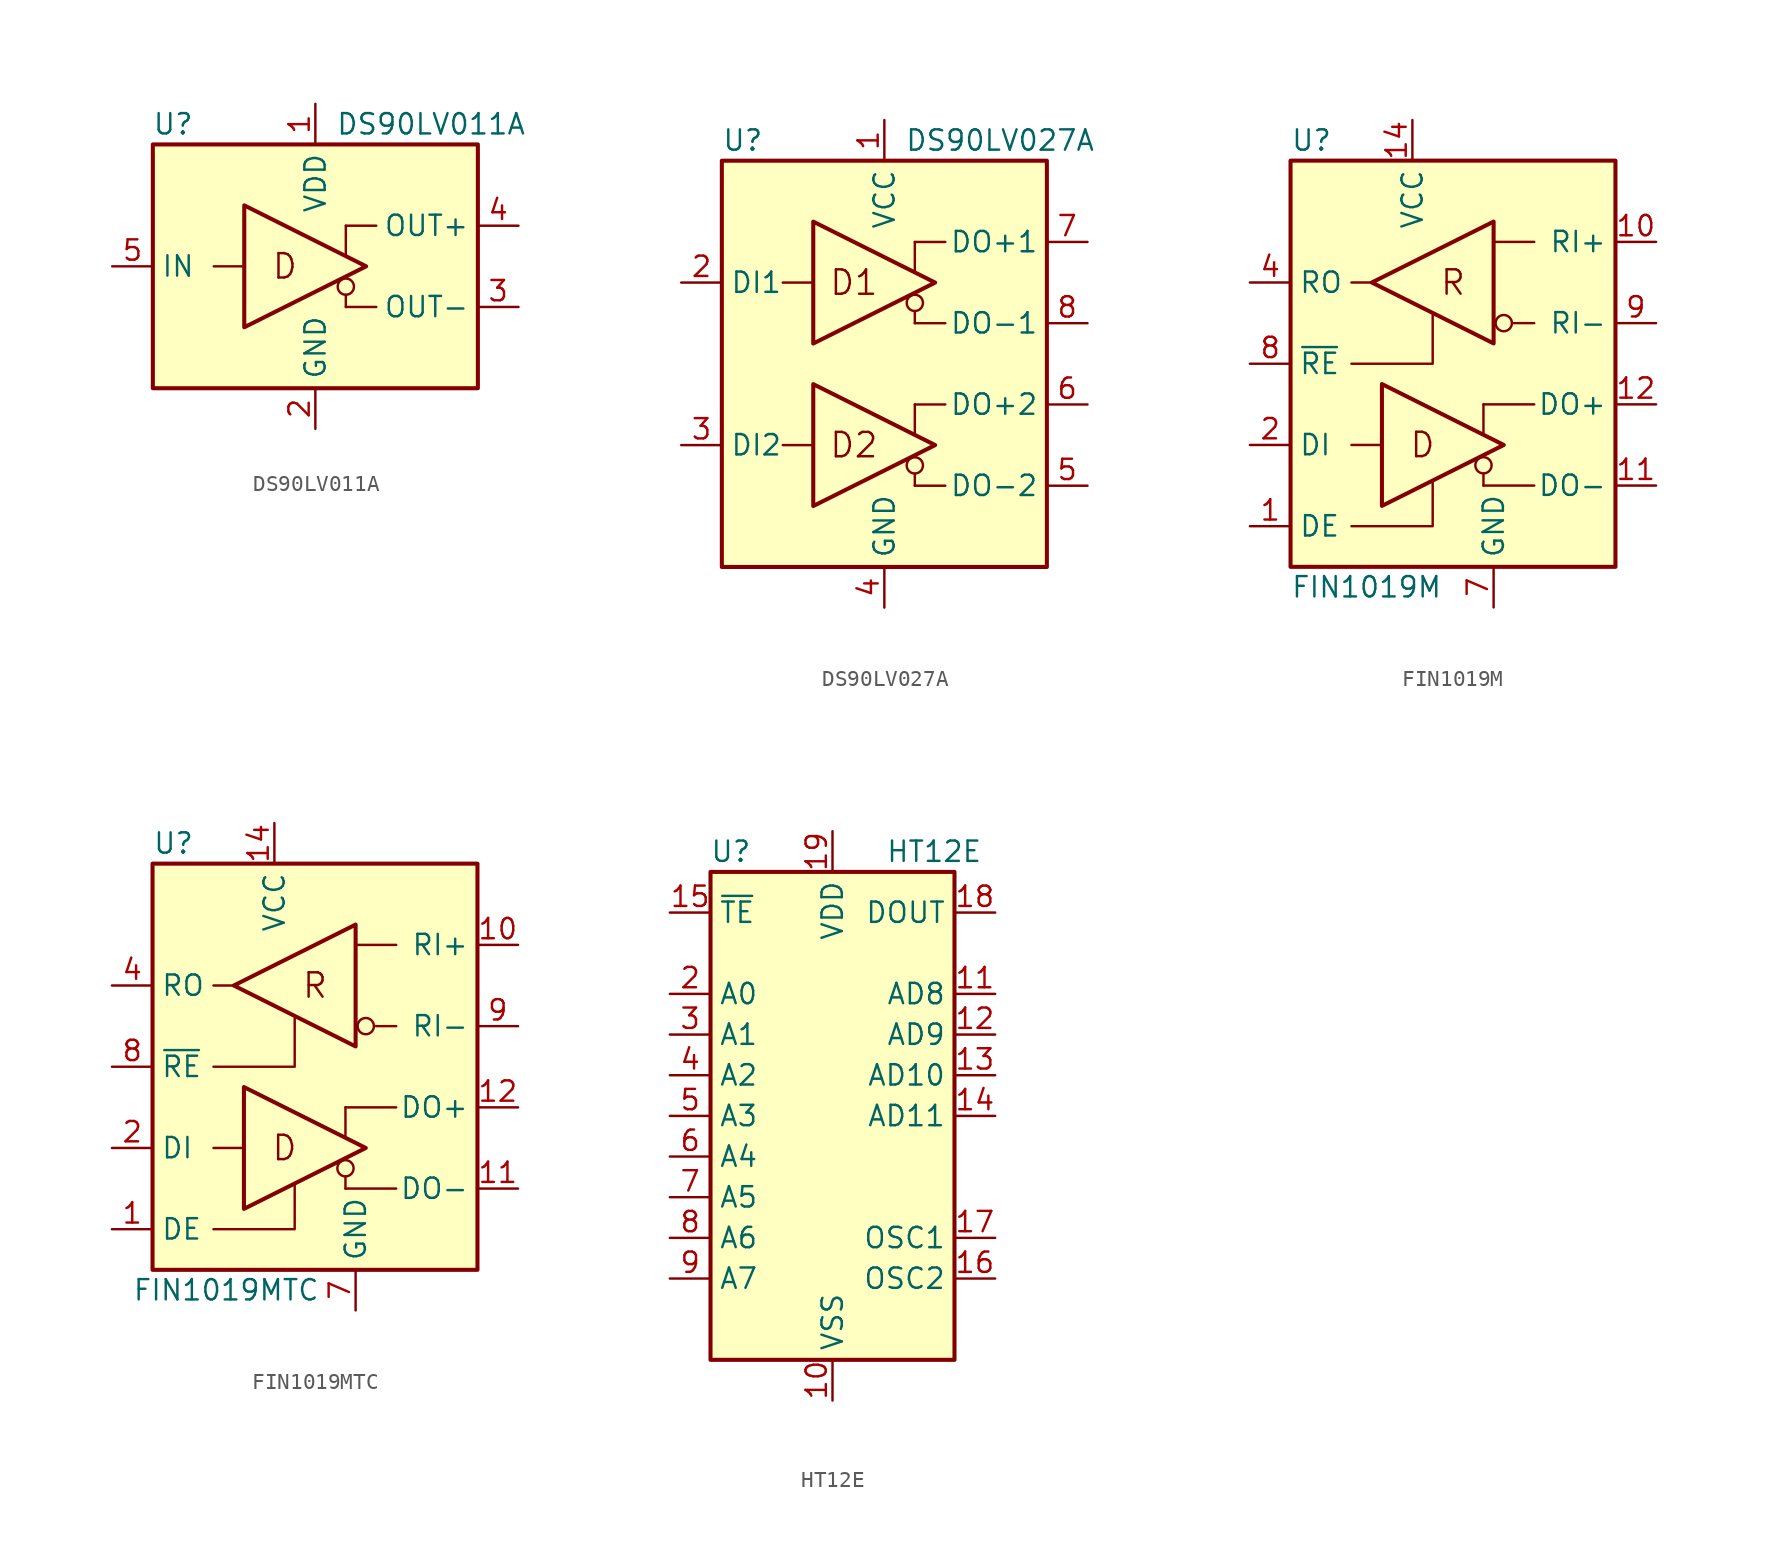
<source format=kicad_sym>
(kicad_symbol_lib
  (version 20241209)
  (generator "kicad_symbol_editor")
  (generator_version "9.0")
  (symbol "DS90LV011A"
    (property "Reference" "U"
      (at -8.89 8.89 0)
      (effects (font (size 1.27 1.27))))
    (property "Value" "DS90LV011A"
      (at 1.27 8.89 0)
      (effects (font (size 1.27 1.27)) (justify left)))
    (symbol "DS90LV011A_1_0"
      (rectangle (start -10.16 7.62) (end 10.16 -7.62) (stroke (width 0.254) (type default)) (fill (type background)))
      (polyline (pts (xy 1.905 0.635) (xy 1.905 2.54)) (stroke (width 0) (type default)) (fill (type none)))
      (circle (center 1.905 -1.27) (radius 0.508) (stroke (width 0) (type default)) (fill (type none)))
      (polyline (pts (xy 1.905 -1.778) (xy 1.905 -2.54)) (stroke (width 0) (type default)) (fill (type none)))
      (text "D" (at -1.905 0 0) (effects (font (size 1.524 1.524)))))
    (symbol "DS90LV011A_1_1"
      (polyline (pts (xy -6.35 0) (xy -4.445 0)) (stroke (width 0) (type default)) (fill (type none)))
      (polyline (pts (xy -4.445 -3.81) (xy -4.445 3.81) (xy 3.175 0) (xy -4.445 -3.81)) (stroke (width 0.254) (type default)) (fill (type none)))
      (polyline (pts (xy 1.905 -2.54) (xy 3.81 -2.54)) (stroke (width 0) (type default)) (fill (type none)))
      (polyline (pts (xy 3.81 2.54) (xy 1.905 2.54)) (stroke (width 0) (type default)) (fill (type none)))
      (pin input line (at -12.7 0 0) (length 2.54) (name "IN" (effects (font (size 1.27 1.27)))) (number "5" (effects (font (size 1.27 1.27)))))
      (pin power_in line (at 0 10.16 270) (length 2.54) (name "VDD" (effects (font (size 1.27 1.27)))) (number "1" (effects (font (size 1.27 1.27)))))
      (pin power_in line (at 0 -10.16 90) (length 2.54) (name "GND" (effects (font (size 1.27 1.27)))) (number "2" (effects (font (size 1.27 1.27)))))
      (pin output line (at 12.7 2.54 180) (length 2.54) (name "OUT+" (effects (font (size 1.27 1.27)))) (number "4" (effects (font (size 1.27 1.27)))))
      (pin output line (at 12.7 -2.54 180) (length 2.54) (name "OUT-" (effects (font (size 1.27 1.27)))) (number "3" (effects (font (size 1.27 1.27)))))))
  (symbol "DS90LV027A"
    (property "Reference" "U"
      (at -10.16 13.97 0)
      (effects (font (size 1.27 1.27)) (justify left)))
    (property "Value" "DS90LV027A"
      (at 1.27 13.97 0)
      (effects (font (size 1.27 1.27)) (justify left)))
    (symbol "DS90LV027A_1_0"
      (rectangle (start -10.16 12.7) (end 10.16 -12.7) (stroke (width 0.254) (type default)) (fill (type background)))
      (polyline (pts (xy 1.905 5.715) (xy 1.905 7.62)) (stroke (width 0) (type default)) (fill (type none)))
      (circle (center 1.905 3.81) (radius 0.508) (stroke (width 0) (type default)) (fill (type none)))
      (polyline (pts (xy 1.905 3.302) (xy 1.905 2.54)) (stroke (width 0) (type default)) (fill (type none)))
      (polyline (pts (xy 1.905 -4.445) (xy 1.905 -2.54)) (stroke (width 0) (type default)) (fill (type none)))
      (circle (center 1.905 -6.35) (radius 0.508) (stroke (width 0) (type default)) (fill (type none)))
      (polyline (pts (xy 1.905 -6.858) (xy 1.905 -7.62)) (stroke (width 0) (type default)) (fill (type none)))
      (text "D1" (at -1.905 5.08 0) (effects (font (size 1.524 1.524))))
      (text "D2" (at -1.905 -5.08 0) (effects (font (size 1.524 1.524)))))
    (symbol "DS90LV027A_1_1"
      (polyline (pts (xy -6.35 5.08) (xy -4.445 5.08)) (stroke (width 0) (type default)) (fill (type none)))
      (polyline (pts (xy -6.35 -5.08) (xy -4.445 -5.08)) (stroke (width 0) (type default)) (fill (type none)))
      (polyline (pts (xy -4.445 1.27) (xy -4.445 8.89) (xy 3.175 5.08) (xy -4.445 1.27)) (stroke (width 0.254) (type default)) (fill (type none)))
      (polyline (pts (xy -4.445 -8.89) (xy -4.445 -1.27) (xy 3.175 -5.08) (xy -4.445 -8.89)) (stroke (width 0.254) (type default)) (fill (type none)))
      (polyline (pts (xy 1.905 2.54) (xy 3.81 2.54)) (stroke (width 0) (type default)) (fill (type none)))
      (polyline (pts (xy 1.905 -7.62) (xy 3.81 -7.62)) (stroke (width 0) (type default)) (fill (type none)))
      (polyline (pts (xy 3.81 7.62) (xy 1.905 7.62)) (stroke (width 0) (type default)) (fill (type none)))
      (polyline (pts (xy 3.81 -2.54) (xy 1.905 -2.54)) (stroke (width 0) (type default)) (fill (type none)))
      (pin input line (at -12.7 5.08 0) (length 2.54) (name "DI1" (effects (font (size 1.27 1.27)))) (number "2" (effects (font (size 1.27 1.27)))))
      (pin input line (at -12.7 -5.08 0) (length 2.54) (name "DI2" (effects (font (size 1.27 1.27)))) (number "3" (effects (font (size 1.27 1.27)))))
      (pin power_in line (at 0 15.24 270) (length 2.54) (name "VCC" (effects (font (size 1.27 1.27)))) (number "1" (effects (font (size 1.27 1.27)))))
      (pin power_in line (at 0 -15.24 90) (length 2.54) (name "GND" (effects (font (size 1.27 1.27)))) (number "4" (effects (font (size 1.27 1.27)))))
      (pin output line (at 12.7 7.62 180) (length 2.54) (name "DO+1" (effects (font (size 1.27 1.27)))) (number "7" (effects (font (size 1.27 1.27)))))
      (pin output line (at 12.7 2.54 180) (length 2.54) (name "DO-1" (effects (font (size 1.27 1.27)))) (number "8" (effects (font (size 1.27 1.27)))))
      (pin output line (at 12.7 -2.54 180) (length 2.54) (name "DO+2" (effects (font (size 1.27 1.27)))) (number "6" (effects (font (size 1.27 1.27)))))
      (pin output line (at 12.7 -7.62 180) (length 2.54) (name "DO-2" (effects (font (size 1.27 1.27)))) (number "5" (effects (font (size 1.27 1.27)))))))
  (symbol "FIN1019M"
    (property "Reference" "U"
      (at -10.16 13.97 0)
      (effects (font (size 1.27 1.27)) (justify left)))
    (property "Value" "FIN1019M"
      (at -10.16 -13.97 0)
      (effects (font (size 1.27 1.27)) (justify left)))
    (symbol "FIN1019M_0_0"
      (rectangle (start -10.16 12.7) (end 10.16 -12.7) (stroke (width 0.254) (type default)) (fill (type background)))
      (polyline (pts (xy 1.905 -4.445) (xy 1.905 -2.54)) (stroke (width 0) (type default)) (fill (type none)))
      (circle (center 1.905 -6.35) (radius 0.508) (stroke (width 0) (type default)) (fill (type none)))
      (polyline (pts (xy 1.905 -6.858) (xy 1.905 -7.62)) (stroke (width 0) (type default)) (fill (type none)))
      (circle (center 3.175 2.54) (radius 0.508) (stroke (width 0) (type default)) (fill (type none)))
      (text "D" (at -1.905 -5.08 0) (effects (font (size 1.524 1.524))))
      (text "R" (at 0 5.08 0) (effects (font (size 1.524 1.524)))))
    (symbol "FIN1019M_0_1"
      (polyline (pts (xy -6.35 5.08) (xy -5.08 5.08)) (stroke (width 0) (type default)) (fill (type none)))
      (polyline (pts (xy -6.35 0) (xy -1.27 0) (xy -1.27 3.048)) (stroke (width 0) (type default)) (fill (type none)))
      (polyline (pts (xy -6.35 -5.08) (xy -4.445 -5.08)) (stroke (width 0) (type default)) (fill (type none)))
      (polyline (pts (xy -6.35 -10.16) (xy -1.27 -10.16) (xy -1.27 -7.366)) (stroke (width 0) (type default)) (fill (type none)))
      (polyline (pts (xy -4.445 -8.89) (xy -4.445 -1.27) (xy 3.175 -5.08) (xy -4.445 -8.89)) (stroke (width 0.254) (type default)) (fill (type none)))
      (polyline (pts (xy 1.905 -7.62) (xy 5.08 -7.62)) (stroke (width 0) (type default)) (fill (type none)))
      (polyline (pts (xy 2.54 8.89) (xy 2.54 1.27) (xy -5.08 5.08) (xy 2.54 8.89)) (stroke (width 0.254) (type default)) (fill (type none)))
      (polyline (pts (xy 2.54 7.62) (xy 5.08 7.62)) (stroke (width 0) (type default)) (fill (type none)))
      (polyline (pts (xy 5.08 2.54) (xy 3.81 2.54)) (stroke (width 0) (type default)) (fill (type none)))
      (polyline (pts (xy 5.08 -2.54) (xy 1.905 -2.54)) (stroke (width 0) (type default)) (fill (type none))))
    (symbol "FIN1019M_1_1"
      (pin tri_state line (at -12.7 5.08 0) (length 2.54) (name "RO" (effects (font (size 1.27 1.27)))) (number "4" (effects (font (size 1.27 1.27)))))
      (pin input line (at -12.7 0 0) (length 2.54) (name "~{RE}" (effects (font (size 1.27 1.27)))) (number "8" (effects (font (size 1.27 1.27)))))
      (pin input line (at -12.7 -5.08 0) (length 2.54) (name "DI" (effects (font (size 1.27 1.27)))) (number "2" (effects (font (size 1.27 1.27)))))
      (pin input line (at -12.7 -10.16 0) (length 2.54) (name "DE" (effects (font (size 1.27 1.27)))) (number "1" (effects (font (size 1.27 1.27)))))
      (pin power_in line (at -2.54 15.24 270) (length 2.54) (name "VCC" (effects (font (size 1.27 1.27)))) (number "14" (effects (font (size 1.27 1.27)))))
      (pin no_connect line (at 0 12.7 270) (length 2.54) (hide yes) (name "NC" (effects (font (size 1.27 1.27)))) (number "3" (effects (font (size 1.27 1.27)))))
      (pin no_connect line (at 2.54 12.7 270) (length 2.54) (hide yes) (name "NC" (effects (font (size 1.27 1.27)))) (number "5" (effects (font (size 1.27 1.27)))))
      (pin power_in line (at 2.54 -15.24 90) (length 2.54) (name "GND" (effects (font (size 1.27 1.27)))) (number "7" (effects (font (size 1.27 1.27)))))
      (pin no_connect line (at 5.08 12.7 270) (length 2.54) (hide yes) (name "NC" (effects (font (size 1.27 1.27)))) (number "6" (effects (font (size 1.27 1.27)))))
      (pin no_connect line (at 7.62 12.7 270) (length 2.54) (hide yes) (name "NC" (effects (font (size 1.27 1.27)))) (number "13" (effects (font (size 1.27 1.27)))))
      (pin input line (at 12.7 7.62 180) (length 2.54) (name "RI+" (effects (font (size 1.27 1.27)))) (number "10" (effects (font (size 1.27 1.27)))))
      (pin input line (at 12.7 2.54 180) (length 2.54) (name "RI-" (effects (font (size 1.27 1.27)))) (number "9" (effects (font (size 1.27 1.27)))))
      (pin tri_state line (at 12.7 -2.54 180) (length 2.54) (name "DO+" (effects (font (size 1.27 1.27)))) (number "12" (effects (font (size 1.27 1.27)))))
      (pin tri_state line (at 12.7 -7.62 180) (length 2.54) (name "DO-" (effects (font (size 1.27 1.27)))) (number "11" (effects (font (size 1.27 1.27)))))))
  (symbol "FIN1019MTC"
    (property "Reference" "U"
      (at -10.16 13.97 0)
      (effects (font (size 1.27 1.27)) (justify left)))
    (property "Value" "FIN1019MTC"
      (at -11.43 -13.97 0)
      (effects (font (size 1.27 1.27)) (justify left)))
    (symbol "FIN1019MTC_0_0"
      (rectangle (start -10.16 12.7) (end 10.16 -12.7) (stroke (width 0.254) (type default)) (fill (type background)))
      (polyline (pts (xy 1.905 -4.445) (xy 1.905 -2.54)) (stroke (width 0) (type default)) (fill (type none)))
      (circle (center 1.905 -6.35) (radius 0.508) (stroke (width 0) (type default)) (fill (type none)))
      (polyline (pts (xy 1.905 -6.858) (xy 1.905 -7.62)) (stroke (width 0) (type default)) (fill (type none)))
      (circle (center 3.175 2.54) (radius 0.508) (stroke (width 0) (type default)) (fill (type none)))
      (text "D" (at -1.905 -5.08 0) (effects (font (size 1.524 1.524))))
      (text "R" (at 0 5.08 0) (effects (font (size 1.524 1.524)))))
    (symbol "FIN1019MTC_0_1"
      (polyline (pts (xy -6.35 5.08) (xy -5.08 5.08)) (stroke (width 0) (type default)) (fill (type none)))
      (polyline (pts (xy -6.35 0) (xy -1.27 0) (xy -1.27 3.048)) (stroke (width 0) (type default)) (fill (type none)))
      (polyline (pts (xy -6.35 -5.08) (xy -4.445 -5.08)) (stroke (width 0) (type default)) (fill (type none)))
      (polyline (pts (xy -6.35 -10.16) (xy -1.27 -10.16) (xy -1.27 -7.366)) (stroke (width 0) (type default)) (fill (type none)))
      (polyline (pts (xy -4.445 -8.89) (xy -4.445 -1.27) (xy 3.175 -5.08) (xy -4.445 -8.89)) (stroke (width 0.254) (type default)) (fill (type none)))
      (polyline (pts (xy 1.905 -7.62) (xy 5.08 -7.62)) (stroke (width 0) (type default)) (fill (type none)))
      (polyline (pts (xy 2.54 8.89) (xy 2.54 1.27) (xy -5.08 5.08) (xy 2.54 8.89)) (stroke (width 0.254) (type default)) (fill (type none)))
      (polyline (pts (xy 2.54 7.62) (xy 5.08 7.62)) (stroke (width 0) (type default)) (fill (type none)))
      (polyline (pts (xy 5.08 2.54) (xy 3.81 2.54)) (stroke (width 0) (type default)) (fill (type none)))
      (polyline (pts (xy 5.08 -2.54) (xy 1.905 -2.54)) (stroke (width 0) (type default)) (fill (type none))))
    (symbol "FIN1019MTC_1_1"
      (pin tri_state line (at -12.7 5.08 0) (length 2.54) (name "RO" (effects (font (size 1.27 1.27)))) (number "4" (effects (font (size 1.27 1.27)))))
      (pin input line (at -12.7 0 0) (length 2.54) (name "~{RE}" (effects (font (size 1.27 1.27)))) (number "8" (effects (font (size 1.27 1.27)))))
      (pin input line (at -12.7 -5.08 0) (length 2.54) (name "DI" (effects (font (size 1.27 1.27)))) (number "2" (effects (font (size 1.27 1.27)))))
      (pin input line (at -12.7 -10.16 0) (length 2.54) (name "DE" (effects (font (size 1.27 1.27)))) (number "1" (effects (font (size 1.27 1.27)))))
      (pin power_in line (at -2.54 15.24 270) (length 2.54) (name "VCC" (effects (font (size 1.27 1.27)))) (number "14" (effects (font (size 1.27 1.27)))))
      (pin no_connect line (at 0 12.7 270) (length 2.54) (hide yes) (name "NC" (effects (font (size 1.27 1.27)))) (number "3" (effects (font (size 1.27 1.27)))))
      (pin no_connect line (at 2.54 12.7 270) (length 2.54) (hide yes) (name "NC" (effects (font (size 1.27 1.27)))) (number "5" (effects (font (size 1.27 1.27)))))
      (pin power_in line (at 2.54 -15.24 90) (length 2.54) (name "GND" (effects (font (size 1.27 1.27)))) (number "7" (effects (font (size 1.27 1.27)))))
      (pin no_connect line (at 5.08 12.7 270) (length 2.54) (hide yes) (name "NC" (effects (font (size 1.27 1.27)))) (number "6" (effects (font (size 1.27 1.27)))))
      (pin no_connect line (at 7.62 12.7 270) (length 2.54) (hide yes) (name "NC" (effects (font (size 1.27 1.27)))) (number "13" (effects (font (size 1.27 1.27)))))
      (pin input line (at 12.7 7.62 180) (length 2.54) (name "RI+" (effects (font (size 1.27 1.27)))) (number "10" (effects (font (size 1.27 1.27)))))
      (pin input line (at 12.7 2.54 180) (length 2.54) (name "RI-" (effects (font (size 1.27 1.27)))) (number "9" (effects (font (size 1.27 1.27)))))
      (pin tri_state line (at 12.7 -2.54 180) (length 2.54) (name "DO+" (effects (font (size 1.27 1.27)))) (number "12" (effects (font (size 1.27 1.27)))))
      (pin tri_state line (at 12.7 -7.62 180) (length 2.54) (name "DO-" (effects (font (size 1.27 1.27)))) (number "11" (effects (font (size 1.27 1.27)))))))
  (symbol "HT12E"
    (property "Reference" "U"
      (at -6.35 16.51 0)
      (effects (font (size 1.27 1.27))))
    (property "Value" "HT12E"
      (at 6.35 16.51 0)
      (effects (font (size 1.27 1.27))))
    (symbol "HT12E_1_1"
      (rectangle (start -7.62 15.24) (end 7.62 -15.24) (stroke (width 0.254) (type default)) (fill (type background)))
      (pin input line (at -10.16 12.7 0) (length 2.54) (name "~{TE}" (effects (font (size 1.27 1.27)))) (number "15" (effects (font (size 1.27 1.27)))))
      (pin input line (at -10.16 7.62 0) (length 2.54) (name "A0" (effects (font (size 1.27 1.27)))) (number "2" (effects (font (size 1.27 1.27)))))
      (pin input line (at -10.16 5.08 0) (length 2.54) (name "A1" (effects (font (size 1.27 1.27)))) (number "3" (effects (font (size 1.27 1.27)))))
      (pin input line (at -10.16 2.54 0) (length 2.54) (name "A2" (effects (font (size 1.27 1.27)))) (number "4" (effects (font (size 1.27 1.27)))))
      (pin input line (at -10.16 0 0) (length 2.54) (name "A3" (effects (font (size 1.27 1.27)))) (number "5" (effects (font (size 1.27 1.27)))))
      (pin input line (at -10.16 -2.54 0) (length 2.54) (name "A4" (effects (font (size 1.27 1.27)))) (number "6" (effects (font (size 1.27 1.27)))))
      (pin input line (at -10.16 -5.08 0) (length 2.54) (name "A5" (effects (font (size 1.27 1.27)))) (number "7" (effects (font (size 1.27 1.27)))))
      (pin input line (at -10.16 -7.62 0) (length 2.54) (name "A6" (effects (font (size 1.27 1.27)))) (number "8" (effects (font (size 1.27 1.27)))))
      (pin input line (at -10.16 -10.16 0) (length 2.54) (name "A7" (effects (font (size 1.27 1.27)))) (number "9" (effects (font (size 1.27 1.27)))))
      (pin power_in line (at 0 17.78 270) (length 2.54) (name "VDD" (effects (font (size 1.27 1.27)))) (number "19" (effects (font (size 1.27 1.27)))))
      (pin power_in line (at 0 -17.78 90) (length 2.54) (name "VSS" (effects (font (size 1.27 1.27)))) (number "10" (effects (font (size 1.27 1.27)))))
      (pin no_connect line (at 7.62 -2.54 180) (length 2.54) (hide yes) (name "NC" (effects (font (size 1.27 1.27)))) (number "1" (effects (font (size 1.27 1.27)))))
      (pin no_connect line (at 7.62 -5.08 180) (length 2.54) (hide yes) (name "NC" (effects (font (size 1.27 1.27)))) (number "20" (effects (font (size 1.27 1.27)))))
      (pin output line (at 10.16 12.7 180) (length 2.54) (name "DOUT" (effects (font (size 1.27 1.27)))) (number "18" (effects (font (size 1.27 1.27)))))
      (pin output line (at 10.16 7.62 180) (length 2.54) (name "AD8" (effects (font (size 1.27 1.27)))) (number "11" (effects (font (size 1.27 1.27)))))
      (pin output line (at 10.16 5.08 180) (length 2.54) (name "AD9" (effects (font (size 1.27 1.27)))) (number "12" (effects (font (size 1.27 1.27)))))
      (pin output line (at 10.16 2.54 180) (length 2.54) (name "AD10" (effects (font (size 1.27 1.27)))) (number "13" (effects (font (size 1.27 1.27)))))
      (pin output line (at 10.16 0 180) (length 2.54) (name "AD11" (effects (font (size 1.27 1.27)))) (number "14" (effects (font (size 1.27 1.27)))))
      (pin input line (at 10.16 -7.62 180) (length 2.54) (name "OSC1" (effects (font (size 1.27 1.27)))) (number "17" (effects (font (size 1.27 1.27)))))
      (pin output line (at 10.16 -10.16 180) (length 2.54) (name "OSC2" (effects (font (size 1.27 1.27)))) (number "16" (effects (font (size 1.27 1.27))))))))
</source>
